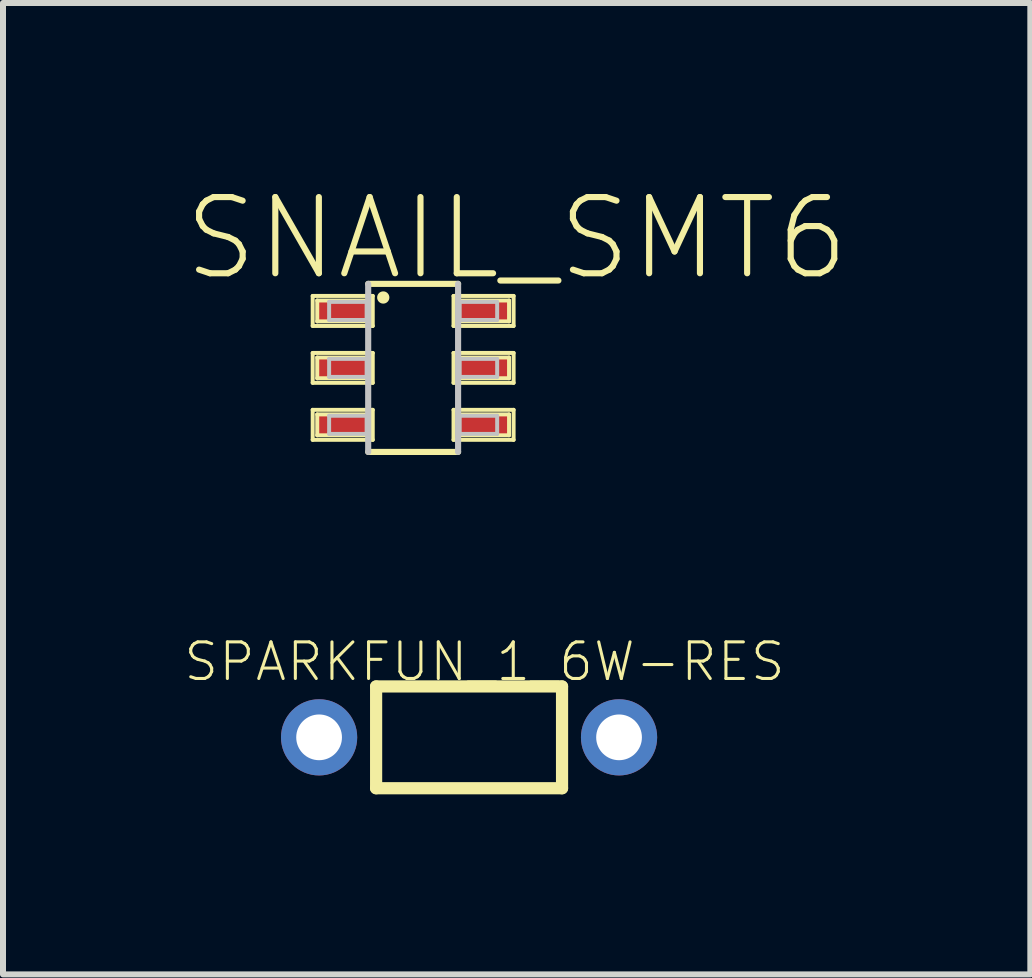
<source format=kicad_pcb>
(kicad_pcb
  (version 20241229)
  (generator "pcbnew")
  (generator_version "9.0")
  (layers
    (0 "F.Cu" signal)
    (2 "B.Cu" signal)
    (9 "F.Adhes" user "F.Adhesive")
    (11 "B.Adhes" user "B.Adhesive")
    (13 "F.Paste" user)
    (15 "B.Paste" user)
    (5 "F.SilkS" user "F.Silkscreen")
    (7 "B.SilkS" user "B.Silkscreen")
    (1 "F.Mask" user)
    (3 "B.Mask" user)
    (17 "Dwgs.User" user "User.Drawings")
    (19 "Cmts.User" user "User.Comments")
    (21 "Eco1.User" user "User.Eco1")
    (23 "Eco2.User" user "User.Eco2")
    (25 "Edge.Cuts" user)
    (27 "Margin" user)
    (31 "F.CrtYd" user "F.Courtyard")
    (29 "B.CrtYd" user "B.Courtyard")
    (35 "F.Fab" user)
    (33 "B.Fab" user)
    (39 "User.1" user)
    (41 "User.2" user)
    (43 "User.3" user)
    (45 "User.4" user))
  (footprint "SPARKFUN_1_6W-RES"
    (layer "F.Cu")
    (at 4.766 9.236)
    (property "Reference" "SPARKFUN_1_6W-RES" (at 0.257 -1.26 0) (layer "F.SilkS") (effects (font (size 0.61 0.61) (thickness 0.051))))
    (attr exclude_from_pos_files exclude_from_bom)
    (fp_line (start -1.549 -0.848) (end -1.549 0.848) (stroke (width 0.203) (type solid)) (layer "F.SilkS"))
    (fp_line (start -1.549 0.848) (end 1.549 0.848) (stroke (width 0.203) (type solid)) (layer "F.SilkS"))
    (fp_line (start 1.549 -0.848) (end -1.549 -0.848) (stroke (width 0.203) (type solid)) (layer "F.SilkS"))
    (fp_line (start 1.549 0.848) (end 1.549 -0.848) (stroke (width 0.203) (type solid)) (layer "F.SilkS"))
    (pad "1" thru_hole circle (at -2.499 0) (size 1.27 1.27) (drill 0.762) (layers "*.Cu" "*.Paste" "*.Mask"))
    (pad "2" thru_hole circle (at 2.499 0) (size 1.27 1.27) (drill 0.762) (layers "*.Cu" "*.Paste" "*.Mask")))
  (footprint "SNAIL_SMT6"
    (layer "F.Cu")
    (at 3.834 3.08)
    (property "Reference" "SNAIL_SMT6" (at 1.725 -2.159 0) (layer "F.SilkS") (effects (font (size 1.27 1.27) (thickness 0.102))))
    (attr smd)
    (fp_line (start -1.674 -1.199) (end -0.673 -1.199) (stroke (width 0.066) (type solid)) (layer "F.SilkS"))
    (fp_line (start -1.674 -0.699) (end -1.674 -1.199) (stroke (width 0.066) (type solid)) (layer "F.SilkS"))
    (fp_line (start -1.674 -0.699) (end -0.673 -0.699) (stroke (width 0.066) (type solid)) (layer "F.SilkS"))
    (fp_line (start -1.674 -0.249) (end -0.673 -0.249) (stroke (width 0.066) (type solid)) (layer "F.SilkS"))
    (fp_line (start -1.674 0.249) (end -1.674 -0.249) (stroke (width 0.066) (type solid)) (layer "F.SilkS"))
    (fp_line (start -1.674 0.249) (end -0.673 0.249) (stroke (width 0.066) (type solid)) (layer "F.SilkS"))
    (fp_line (start -1.674 0.699) (end -0.673 0.699) (stroke (width 0.066) (type solid)) (layer "F.SilkS"))
    (fp_line (start -1.674 1.199) (end -1.674 0.699) (stroke (width 0.066) (type solid)) (layer "F.SilkS"))
    (fp_line (start -1.674 1.199) (end -0.673 1.199) (stroke (width 0.066) (type solid)) (layer "F.SilkS"))
    (fp_line (start -1.598 -1.123) (end -0.749 -1.123) (stroke (width 0.066) (type solid)) (layer "F.SilkS"))
    (fp_line (start -1.598 -0.775) (end -1.598 -1.123) (stroke (width 0.066) (type solid)) (layer "F.SilkS"))
    (fp_line (start -1.598 -0.775) (end -0.749 -0.775) (stroke (width 0.066) (type solid)) (layer "F.SilkS"))
    (fp_line (start -1.598 -0.173) (end -0.749 -0.173) (stroke (width 0.066) (type solid)) (layer "F.SilkS"))
    (fp_line (start -1.598 0.173) (end -1.598 -0.173) (stroke (width 0.066) (type solid)) (layer "F.SilkS"))
    (fp_line (start -1.598 0.173) (end -0.749 0.173) (stroke (width 0.066) (type solid)) (layer "F.SilkS"))
    (fp_line (start -1.598 0.775) (end -0.749 0.775) (stroke (width 0.066) (type solid)) (layer "F.SilkS"))
    (fp_line (start -1.598 1.123) (end -1.598 0.775) (stroke (width 0.066) (type solid)) (layer "F.SilkS"))
    (fp_line (start -1.598 1.123) (end -0.749 1.123) (stroke (width 0.066) (type solid)) (layer "F.SilkS"))
    (fp_line (start -0.749 -1.4) (end 0.749 -1.4) (stroke (width 0.102) (type solid)) (layer "F.SilkS"))
    (fp_line (start -0.749 -0.775) (end -0.749 -1.123) (stroke (width 0.066) (type solid)) (layer "F.SilkS"))
    (fp_line (start -0.749 0.173) (end -0.749 -0.173) (stroke (width 0.066) (type solid)) (layer "F.SilkS"))
    (fp_line (start -0.749 1.123) (end -0.749 0.775) (stroke (width 0.066) (type solid)) (layer "F.SilkS"))
    (fp_line (start -0.673 -0.699) (end -0.673 -1.199) (stroke (width 0.066) (type solid)) (layer "F.SilkS"))
    (fp_line (start -0.673 0.249) (end -0.673 -0.249) (stroke (width 0.066) (type solid)) (layer "F.SilkS"))
    (fp_line (start -0.673 1.199) (end -0.673 0.699) (stroke (width 0.066) (type solid)) (layer "F.SilkS"))
    (fp_line (start 0.673 -1.199) (end 1.674 -1.199) (stroke (width 0.066) (type solid)) (layer "F.SilkS"))
    (fp_line (start 0.673 -0.699) (end 0.673 -1.199) (stroke (width 0.066) (type solid)) (layer "F.SilkS"))
    (fp_line (start 0.673 -0.699) (end 1.674 -0.699) (stroke (width 0.066) (type solid)) (layer "F.SilkS"))
    (fp_line (start 0.673 -0.249) (end 1.674 -0.249) (stroke (width 0.066) (type solid)) (layer "F.SilkS"))
    (fp_line (start 0.673 0.249) (end 0.673 -0.249) (stroke (width 0.066) (type solid)) (layer "F.SilkS"))
    (fp_line (start 0.673 0.249) (end 1.674 0.249) (stroke (width 0.066) (type solid)) (layer "F.SilkS"))
    (fp_line (start 0.673 0.699) (end 1.674 0.699) (stroke (width 0.066) (type solid)) (layer "F.SilkS"))
    (fp_line (start 0.673 1.199) (end 0.673 0.699) (stroke (width 0.066) (type solid)) (layer "F.SilkS"))
    (fp_line (start 0.673 1.199) (end 1.674 1.199) (stroke (width 0.066) (type solid)) (layer "F.SilkS"))
    (fp_line (start 0.749 -1.123) (end 1.598 -1.123) (stroke (width 0.066) (type solid)) (layer "F.SilkS"))
    (fp_line (start 0.749 -0.775) (end 0.749 -1.123) (stroke (width 0.066) (type solid)) (layer "F.SilkS"))
    (fp_line (start 0.749 -0.775) (end 1.598 -0.775) (stroke (width 0.066) (type solid)) (layer "F.SilkS"))
    (fp_line (start 0.749 -0.173) (end 1.598 -0.173) (stroke (width 0.066) (type solid)) (layer "F.SilkS"))
    (fp_line (start 0.749 0.173) (end 0.749 -0.173) (stroke (width 0.066) (type solid)) (layer "F.SilkS"))
    (fp_line (start 0.749 0.173) (end 1.598 0.173) (stroke (width 0.066) (type solid)) (layer "F.SilkS"))
    (fp_line (start 0.749 0.775) (end 1.598 0.775) (stroke (width 0.066) (type solid)) (layer "F.SilkS"))
    (fp_line (start 0.749 1.123) (end 0.749 0.775) (stroke (width 0.066) (type solid)) (layer "F.SilkS"))
    (fp_line (start 0.749 1.123) (end 1.598 1.123) (stroke (width 0.066) (type solid)) (layer "F.SilkS"))
    (fp_line (start 0.749 1.4) (end -0.749 1.4) (stroke (width 0.102) (type solid)) (layer "F.SilkS"))
    (fp_line (start 1.598 -0.775) (end 1.598 -1.123) (stroke (width 0.066) (type solid)) (layer "F.SilkS"))
    (fp_line (start 1.598 0.173) (end 1.598 -0.173) (stroke (width 0.066) (type solid)) (layer "F.SilkS"))
    (fp_line (start 1.598 1.123) (end 1.598 0.775) (stroke (width 0.066) (type solid)) (layer "F.SilkS"))
    (fp_line (start 1.674 -0.699) (end 1.674 -1.199) (stroke (width 0.066) (type solid)) (layer "F.SilkS"))
    (fp_line (start 1.674 0.249) (end 1.674 -0.249) (stroke (width 0.066) (type solid)) (layer "F.SilkS"))
    (fp_line (start 1.674 1.199) (end 1.674 0.699) (stroke (width 0.066) (type solid)) (layer "F.SilkS"))
    (fp_circle (center -0.498 -1.173) (end -0.498 -1.275) (stroke (width 0) (type solid)) (fill yes) (layer "F.SilkS"))
    (fp_line (start -1.4 -1.1) (end -0.775 -1.1) (stroke (width 0.066) (type solid)) (layer "Dwgs.User"))
    (fp_line (start -1.4 -0.798) (end -1.4 -1.1) (stroke (width 0.066) (type solid)) (layer "Dwgs.User"))
    (fp_line (start -1.4 -0.798) (end -0.775 -0.798) (stroke (width 0.066) (type solid)) (layer "Dwgs.User"))
    (fp_line (start -1.4 -0.15) (end -0.775 -0.15) (stroke (width 0.066) (type solid)) (layer "Dwgs.User"))
    (fp_line (start -1.4 0.15) (end -1.4 -0.15) (stroke (width 0.066) (type solid)) (layer "Dwgs.User"))
    (fp_line (start -1.4 0.15) (end -0.775 0.15) (stroke (width 0.066) (type solid)) (layer "Dwgs.User"))
    (fp_line (start -1.4 0.798) (end -0.775 0.798) (stroke (width 0.066) (type solid)) (layer "Dwgs.User"))
    (fp_line (start -1.4 1.1) (end -1.4 0.798) (stroke (width 0.066) (type solid)) (layer "Dwgs.User"))
    (fp_line (start -1.4 1.1) (end -0.775 1.1) (stroke (width 0.066) (type solid)) (layer "Dwgs.User"))
    (fp_line (start -0.775 -0.798) (end -0.775 -1.1) (stroke (width 0.066) (type solid)) (layer "Dwgs.User"))
    (fp_line (start -0.775 0.15) (end -0.775 -0.15) (stroke (width 0.066) (type solid)) (layer "Dwgs.User"))
    (fp_line (start -0.775 1.1) (end -0.775 0.798) (stroke (width 0.066) (type solid)) (layer "Dwgs.User"))
    (fp_line (start -0.749 1.4) (end -0.749 -1.4) (stroke (width 0.102) (type solid)) (layer "Dwgs.User"))
    (fp_line (start 0.749 -1.4) (end 0.749 1.4) (stroke (width 0.102) (type solid)) (layer "Dwgs.User"))
    (fp_line (start 0.775 -1.1) (end 1.4 -1.1) (stroke (width 0.066) (type solid)) (layer "Dwgs.User"))
    (fp_line (start 0.775 -0.798) (end 0.775 -1.1) (stroke (width 0.066) (type solid)) (layer "Dwgs.User"))
    (fp_line (start 0.775 -0.798) (end 1.4 -0.798) (stroke (width 0.066) (type solid)) (layer "Dwgs.User"))
    (fp_line (start 0.775 -0.15) (end 1.4 -0.15) (stroke (width 0.066) (type solid)) (layer "Dwgs.User"))
    (fp_line (start 0.775 0.15) (end 0.775 -0.15) (stroke (width 0.066) (type solid)) (layer "Dwgs.User"))
    (fp_line (start 0.775 0.15) (end 1.4 0.15) (stroke (width 0.066) (type solid)) (layer "Dwgs.User"))
    (fp_line (start 0.775 0.798) (end 1.4 0.798) (stroke (width 0.066) (type solid)) (layer "Dwgs.User"))
    (fp_line (start 0.775 1.1) (end 0.775 0.798) (stroke (width 0.066) (type solid)) (layer "Dwgs.User"))
    (fp_line (start 0.775 1.1) (end 1.4 1.1) (stroke (width 0.066) (type solid)) (layer "Dwgs.User"))
    (fp_line (start 1.4 -0.798) (end 1.4 -1.1) (stroke (width 0.066) (type solid)) (layer "Dwgs.User"))
    (fp_line (start 1.4 0.15) (end 1.4 -0.15) (stroke (width 0.066) (type solid)) (layer "Dwgs.User"))
    (fp_line (start 1.4 1.1) (end 1.4 0.798) (stroke (width 0.066) (type solid)) (layer "Dwgs.User"))
    (pad "1" smd rect (at -1.173 -0.947) (size 0.899 0.399) (layers "F.Cu" "F.Mask" "F.Paste"))
    (pad "2" smd rect (at -1.173 0) (size 0.899 0.399) (layers "F.Cu" "F.Mask" "F.Paste"))
    (pad "3" smd rect (at -1.173 0.95) (size 0.899 0.399) (layers "F.Cu" "F.Mask" "F.Paste"))
    (pad "4" smd rect (at 1.173 0.95 180) (size 0.899 0.399) (layers "F.Cu" "F.Mask" "F.Paste"))
    (pad "5" smd rect (at 1.173 0 180) (size 0.899 0.399) (layers "F.Cu" "F.Mask" "F.Paste"))
    (pad "6" smd rect (at 1.173 -0.947 180) (size 0.899 0.399) (layers "F.Cu" "F.Mask" "F.Paste")))
  (gr_rect
    (start -3 -3)
    (end 14.118 13.186)
    (stroke (width 0.1) (type default))
    (fill no)
    (layer "Edge.Cuts")))
</source>
